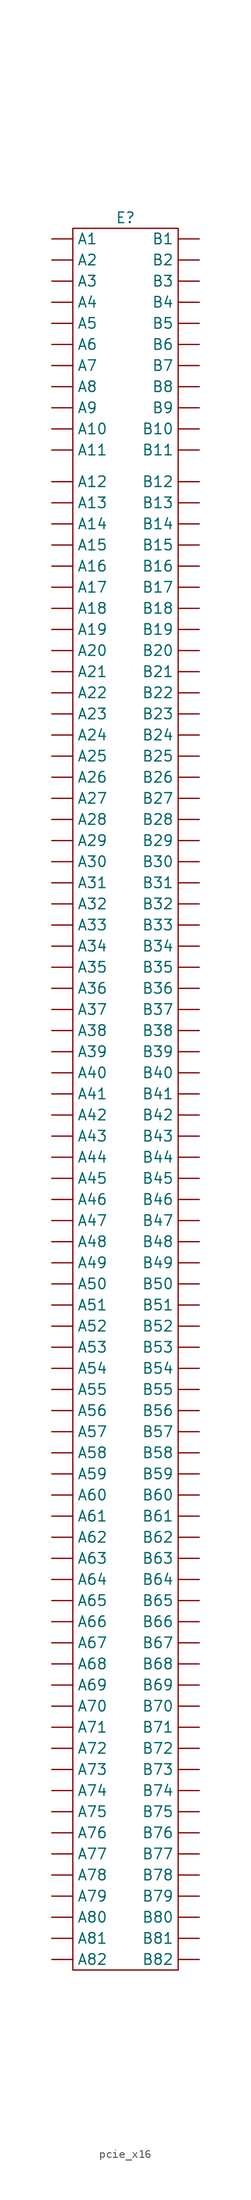
<source format=kicad_sym>
(kicad_symbol_lib
  (version 20231120)
  (generator "kicad_symbol_editor")
  (generator_version "8.0")
  (symbol "pcie_x16"
    (property "Reference" "E"
      (at 3.81 0 0)
      (effects (font (size 1.27 1.27))))
    (property "Value" ""
      (at 0 0 0)
      (effects (font (size 1.27 1.27))))
    (symbol "pcie_x16_0_1"
      (rectangle (start -2.54 -1.27) (end 10.16 -210.82) (stroke (width 0) (type default)) (fill (type none))))
    (symbol "pcie_x16_1_1"
      (pin input line (at -5.08 -2.54 0) (length 2.54) (name "A1" (effects (font (size 1.27 1.27)))) (number "" (effects (font (size 1.27 1.27)))))
      (pin input line (at -5.08 -25.4 0) (length 2.54) (name "A10" (effects (font (size 1.27 1.27)))) (number "" (effects (font (size 1.27 1.27)))))
      (pin input line (at -5.08 -27.94 0) (length 2.54) (name "A11" (effects (font (size 1.27 1.27)))) (number "" (effects (font (size 1.27 1.27)))))
      (pin input line (at -5.08 -31.75 0) (length 2.54) (name "A12" (effects (font (size 1.27 1.27)))) (number "" (effects (font (size 1.27 1.27)))))
      (pin input line (at -5.08 -34.29 0) (length 2.54) (name "A13" (effects (font (size 1.27 1.27)))) (number "" (effects (font (size 1.27 1.27)))))
      (pin input line (at -5.08 -36.83 0) (length 2.54) (name "A14" (effects (font (size 1.27 1.27)))) (number "" (effects (font (size 1.27 1.27)))))
      (pin input line (at -5.08 -39.37 0) (length 2.54) (name "A15" (effects (font (size 1.27 1.27)))) (number "" (effects (font (size 1.27 1.27)))))
      (pin input line (at -5.08 -41.91 0) (length 2.54) (name "A16" (effects (font (size 1.27 1.27)))) (number "" (effects (font (size 1.27 1.27)))))
      (pin input line (at -5.08 -44.45 0) (length 2.54) (name "A17" (effects (font (size 1.27 1.27)))) (number "" (effects (font (size 1.27 1.27)))))
      (pin input line (at -5.08 -46.99 0) (length 2.54) (name "A18" (effects (font (size 1.27 1.27)))) (number "" (effects (font (size 1.27 1.27)))))
      (pin input line (at -5.08 -49.53 0) (length 2.54) (name "A19" (effects (font (size 1.27 1.27)))) (number "" (effects (font (size 1.27 1.27)))))
      (pin input line (at -5.08 -5.08 0) (length 2.54) (name "A2" (effects (font (size 1.27 1.27)))) (number "" (effects (font (size 1.27 1.27)))))
      (pin input line (at -5.08 -52.07 0) (length 2.54) (name "A20" (effects (font (size 1.27 1.27)))) (number "" (effects (font (size 1.27 1.27)))))
      (pin input line (at -5.08 -54.61 0) (length 2.54) (name "A21" (effects (font (size 1.27 1.27)))) (number "" (effects (font (size 1.27 1.27)))))
      (pin input line (at -5.08 -57.15 0) (length 2.54) (name "A22" (effects (font (size 1.27 1.27)))) (number "" (effects (font (size 1.27 1.27)))))
      (pin input line (at -5.08 -59.69 0) (length 2.54) (name "A23" (effects (font (size 1.27 1.27)))) (number "" (effects (font (size 1.27 1.27)))))
      (pin input line (at -5.08 -62.23 0) (length 2.54) (name "A24" (effects (font (size 1.27 1.27)))) (number "" (effects (font (size 1.27 1.27)))))
      (pin input line (at -5.08 -64.77 0) (length 2.54) (name "A25" (effects (font (size 1.27 1.27)))) (number "" (effects (font (size 1.27 1.27)))))
      (pin input line (at -5.08 -67.31 0) (length 2.54) (name "A26" (effects (font (size 1.27 1.27)))) (number "" (effects (font (size 1.27 1.27)))))
      (pin input line (at -5.08 -69.85 0) (length 2.54) (name "A27" (effects (font (size 1.27 1.27)))) (number "" (effects (font (size 1.27 1.27)))))
      (pin input line (at -5.08 -72.39 0) (length 2.54) (name "A28" (effects (font (size 1.27 1.27)))) (number "" (effects (font (size 1.27 1.27)))))
      (pin input line (at -5.08 -74.93 0) (length 2.54) (name "A29" (effects (font (size 1.27 1.27)))) (number "" (effects (font (size 1.27 1.27)))))
      (pin input line (at -5.08 -7.62 0) (length 2.54) (name "A3" (effects (font (size 1.27 1.27)))) (number "" (effects (font (size 1.27 1.27)))))
      (pin input line (at -5.08 -77.47 0) (length 2.54) (name "A30" (effects (font (size 1.27 1.27)))) (number "" (effects (font (size 1.27 1.27)))))
      (pin input line (at -5.08 -80.01 0) (length 2.54) (name "A31" (effects (font (size 1.27 1.27)))) (number "" (effects (font (size 1.27 1.27)))))
      (pin input line (at -5.08 -82.55 0) (length 2.54) (name "A32" (effects (font (size 1.27 1.27)))) (number "" (effects (font (size 1.27 1.27)))))
      (pin input line (at -5.08 -85.09 0) (length 2.54) (name "A33" (effects (font (size 1.27 1.27)))) (number "" (effects (font (size 1.27 1.27)))))
      (pin input line (at -5.08 -87.63 0) (length 2.54) (name "A34" (effects (font (size 1.27 1.27)))) (number "" (effects (font (size 1.27 1.27)))))
      (pin input line (at -5.08 -90.17 0) (length 2.54) (name "A35" (effects (font (size 1.27 1.27)))) (number "" (effects (font (size 1.27 1.27)))))
      (pin input line (at -5.08 -92.71 0) (length 2.54) (name "A36" (effects (font (size 1.27 1.27)))) (number "" (effects (font (size 1.27 1.27)))))
      (pin input line (at -5.08 -95.25 0) (length 2.54) (name "A37" (effects (font (size 1.27 1.27)))) (number "" (effects (font (size 1.27 1.27)))))
      (pin input line (at -5.08 -97.79 0) (length 2.54) (name "A38" (effects (font (size 1.27 1.27)))) (number "" (effects (font (size 1.27 1.27)))))
      (pin input line (at -5.08 -100.33 0) (length 2.54) (name "A39" (effects (font (size 1.27 1.27)))) (number "" (effects (font (size 1.27 1.27)))))
      (pin input line (at -5.08 -10.16 0) (length 2.54) (name "A4" (effects (font (size 1.27 1.27)))) (number "" (effects (font (size 1.27 1.27)))))
      (pin input line (at -5.08 -102.87 0) (length 2.54) (name "A40" (effects (font (size 1.27 1.27)))) (number "" (effects (font (size 1.27 1.27)))))
      (pin input line (at -5.08 -105.41 0) (length 2.54) (name "A41" (effects (font (size 1.27 1.27)))) (number "" (effects (font (size 1.27 1.27)))))
      (pin input line (at -5.08 -107.95 0) (length 2.54) (name "A42" (effects (font (size 1.27 1.27)))) (number "" (effects (font (size 1.27 1.27)))))
      (pin input line (at -5.08 -110.49 0) (length 2.54) (name "A43" (effects (font (size 1.27 1.27)))) (number "" (effects (font (size 1.27 1.27)))))
      (pin input line (at -5.08 -113.03 0) (length 2.54) (name "A44" (effects (font (size 1.27 1.27)))) (number "" (effects (font (size 1.27 1.27)))))
      (pin input line (at -5.08 -115.57 0) (length 2.54) (name "A45" (effects (font (size 1.27 1.27)))) (number "" (effects (font (size 1.27 1.27)))))
      (pin input line (at -5.08 -118.11 0) (length 2.54) (name "A46" (effects (font (size 1.27 1.27)))) (number "" (effects (font (size 1.27 1.27)))))
      (pin input line (at -5.08 -120.65 0) (length 2.54) (name "A47" (effects (font (size 1.27 1.27)))) (number "" (effects (font (size 1.27 1.27)))))
      (pin input line (at -5.08 -123.19 0) (length 2.54) (name "A48" (effects (font (size 1.27 1.27)))) (number "" (effects (font (size 1.27 1.27)))))
      (pin input line (at -5.08 -125.73 0) (length 2.54) (name "A49" (effects (font (size 1.27 1.27)))) (number "" (effects (font (size 1.27 1.27)))))
      (pin input line (at -5.08 -12.7 0) (length 2.54) (name "A5" (effects (font (size 1.27 1.27)))) (number "" (effects (font (size 1.27 1.27)))))
      (pin input line (at -5.08 -128.27 0) (length 2.54) (name "A50" (effects (font (size 1.27 1.27)))) (number "" (effects (font (size 1.27 1.27)))))
      (pin input line (at -5.08 -130.81 0) (length 2.54) (name "A51" (effects (font (size 1.27 1.27)))) (number "" (effects (font (size 1.27 1.27)))))
      (pin input line (at -5.08 -133.35 0) (length 2.54) (name "A52" (effects (font (size 1.27 1.27)))) (number "" (effects (font (size 1.27 1.27)))))
      (pin input line (at -5.08 -135.89 0) (length 2.54) (name "A53" (effects (font (size 1.27 1.27)))) (number "" (effects (font (size 1.27 1.27)))))
      (pin input line (at -5.08 -138.43 0) (length 2.54) (name "A54" (effects (font (size 1.27 1.27)))) (number "" (effects (font (size 1.27 1.27)))))
      (pin input line (at -5.08 -140.97 0) (length 2.54) (name "A55" (effects (font (size 1.27 1.27)))) (number "" (effects (font (size 1.27 1.27)))))
      (pin input line (at -5.08 -143.51 0) (length 2.54) (name "A56" (effects (font (size 1.27 1.27)))) (number "" (effects (font (size 1.27 1.27)))))
      (pin input line (at -5.08 -146.05 0) (length 2.54) (name "A57" (effects (font (size 1.27 1.27)))) (number "" (effects (font (size 1.27 1.27)))))
      (pin input line (at -5.08 -148.59 0) (length 2.54) (name "A58" (effects (font (size 1.27 1.27)))) (number "" (effects (font (size 1.27 1.27)))))
      (pin input line (at -5.08 -151.13 0) (length 2.54) (name "A59" (effects (font (size 1.27 1.27)))) (number "" (effects (font (size 1.27 1.27)))))
      (pin input line (at -5.08 -15.24 0) (length 2.54) (name "A6" (effects (font (size 1.27 1.27)))) (number "" (effects (font (size 1.27 1.27)))))
      (pin input line (at -5.08 -153.67 0) (length 2.54) (name "A60" (effects (font (size 1.27 1.27)))) (number "" (effects (font (size 1.27 1.27)))))
      (pin input line (at -5.08 -156.21 0) (length 2.54) (name "A61" (effects (font (size 1.27 1.27)))) (number "" (effects (font (size 1.27 1.27)))))
      (pin input line (at -5.08 -158.75 0) (length 2.54) (name "A62" (effects (font (size 1.27 1.27)))) (number "" (effects (font (size 1.27 1.27)))))
      (pin input line (at -5.08 -161.29 0) (length 2.54) (name "A63" (effects (font (size 1.27 1.27)))) (number "" (effects (font (size 1.27 1.27)))))
      (pin input line (at -5.08 -163.83 0) (length 2.54) (name "A64" (effects (font (size 1.27 1.27)))) (number "" (effects (font (size 1.27 1.27)))))
      (pin input line (at -5.08 -166.37 0) (length 2.54) (name "A65" (effects (font (size 1.27 1.27)))) (number "" (effects (font (size 1.27 1.27)))))
      (pin input line (at -5.08 -168.91 0) (length 2.54) (name "A66" (effects (font (size 1.27 1.27)))) (number "" (effects (font (size 1.27 1.27)))))
      (pin input line (at -5.08 -171.45 0) (length 2.54) (name "A67" (effects (font (size 1.27 1.27)))) (number "" (effects (font (size 1.27 1.27)))))
      (pin input line (at -5.08 -173.99 0) (length 2.54) (name "A68" (effects (font (size 1.27 1.27)))) (number "" (effects (font (size 1.27 1.27)))))
      (pin input line (at -5.08 -176.53 0) (length 2.54) (name "A69" (effects (font (size 1.27 1.27)))) (number "" (effects (font (size 1.27 1.27)))))
      (pin input line (at -5.08 -17.78 0) (length 2.54) (name "A7" (effects (font (size 1.27 1.27)))) (number "" (effects (font (size 1.27 1.27)))))
      (pin input line (at -5.08 -179.07 0) (length 2.54) (name "A70" (effects (font (size 1.27 1.27)))) (number "" (effects (font (size 1.27 1.27)))))
      (pin input line (at -5.08 -181.61 0) (length 2.54) (name "A71" (effects (font (size 1.27 1.27)))) (number "" (effects (font (size 1.27 1.27)))))
      (pin input line (at -5.08 -184.15 0) (length 2.54) (name "A72" (effects (font (size 1.27 1.27)))) (number "" (effects (font (size 1.27 1.27)))))
      (pin input line (at -5.08 -186.69 0) (length 2.54) (name "A73" (effects (font (size 1.27 1.27)))) (number "" (effects (font (size 1.27 1.27)))))
      (pin input line (at -5.08 -189.23 0) (length 2.54) (name "A74" (effects (font (size 1.27 1.27)))) (number "" (effects (font (size 1.27 1.27)))))
      (pin input line (at -5.08 -191.77 0) (length 2.54) (name "A75" (effects (font (size 1.27 1.27)))) (number "" (effects (font (size 1.27 1.27)))))
      (pin input line (at -5.08 -194.31 0) (length 2.54) (name "A76" (effects (font (size 1.27 1.27)))) (number "" (effects (font (size 1.27 1.27)))))
      (pin input line (at -5.08 -196.85 0) (length 2.54) (name "A77" (effects (font (size 1.27 1.27)))) (number "" (effects (font (size 1.27 1.27)))))
      (pin input line (at -5.08 -199.39 0) (length 2.54) (name "A78" (effects (font (size 1.27 1.27)))) (number "" (effects (font (size 1.27 1.27)))))
      (pin input line (at -5.08 -201.93 0) (length 2.54) (name "A79" (effects (font (size 1.27 1.27)))) (number "" (effects (font (size 1.27 1.27)))))
      (pin input line (at -5.08 -20.32 0) (length 2.54) (name "A8" (effects (font (size 1.27 1.27)))) (number "" (effects (font (size 1.27 1.27)))))
      (pin input line (at -5.08 -204.47 0) (length 2.54) (name "A80" (effects (font (size 1.27 1.27)))) (number "" (effects (font (size 1.27 1.27)))))
      (pin input line (at -5.08 -207.01 0) (length 2.54) (name "A81" (effects (font (size 1.27 1.27)))) (number "" (effects (font (size 1.27 1.27)))))
      (pin input line (at -5.08 -209.55 0) (length 2.54) (name "A82" (effects (font (size 1.27 1.27)))) (number "" (effects (font (size 1.27 1.27)))))
      (pin input line (at -5.08 -22.86 0) (length 2.54) (name "A9" (effects (font (size 1.27 1.27)))) (number "" (effects (font (size 1.27 1.27)))))
      (pin input line (at 12.7 -2.54 180) (length 2.54) (name "B1" (effects (font (size 1.27 1.27)))) (number "" (effects (font (size 1.27 1.27)))))
      (pin input line (at 12.7 -25.4 180) (length 2.54) (name "B10" (effects (font (size 1.27 1.27)))) (number "" (effects (font (size 1.27 1.27)))))
      (pin input line (at 12.7 -27.94 180) (length 2.54) (name "B11" (effects (font (size 1.27 1.27)))) (number "" (effects (font (size 1.27 1.27)))))
      (pin input line (at 12.7 -31.75 180) (length 2.54) (name "B12" (effects (font (size 1.27 1.27)))) (number "" (effects (font (size 1.27 1.27)))))
      (pin input line (at 12.7 -34.29 180) (length 2.54) (name "B13" (effects (font (size 1.27 1.27)))) (number "" (effects (font (size 1.27 1.27)))))
      (pin input line (at 12.7 -36.83 180) (length 2.54) (name "B14" (effects (font (size 1.27 1.27)))) (number "" (effects (font (size 1.27 1.27)))))
      (pin input line (at 12.7 -39.37 180) (length 2.54) (name "B15" (effects (font (size 1.27 1.27)))) (number "" (effects (font (size 1.27 1.27)))))
      (pin input line (at 12.7 -41.91 180) (length 2.54) (name "B16" (effects (font (size 1.27 1.27)))) (number "" (effects (font (size 1.27 1.27)))))
      (pin input line (at 12.7 -44.45 180) (length 2.54) (name "B17" (effects (font (size 1.27 1.27)))) (number "" (effects (font (size 1.27 1.27)))))
      (pin input line (at 12.7 -46.99 180) (length 2.54) (name "B18" (effects (font (size 1.27 1.27)))) (number "" (effects (font (size 1.27 1.27)))))
      (pin input line (at 12.7 -49.53 180) (length 2.54) (name "B19" (effects (font (size 1.27 1.27)))) (number "" (effects (font (size 1.27 1.27)))))
      (pin input line (at 12.7 -5.08 180) (length 2.54) (name "B2" (effects (font (size 1.27 1.27)))) (number "" (effects (font (size 1.27 1.27)))))
      (pin input line (at 12.7 -52.07 180) (length 2.54) (name "B20" (effects (font (size 1.27 1.27)))) (number "" (effects (font (size 1.27 1.27)))))
      (pin input line (at 12.7 -54.61 180) (length 2.54) (name "B21" (effects (font (size 1.27 1.27)))) (number "" (effects (font (size 1.27 1.27)))))
      (pin input line (at 12.7 -57.15 180) (length 2.54) (name "B22" (effects (font (size 1.27 1.27)))) (number "" (effects (font (size 1.27 1.27)))))
      (pin input line (at 12.7 -59.69 180) (length 2.54) (name "B23" (effects (font (size 1.27 1.27)))) (number "" (effects (font (size 1.27 1.27)))))
      (pin input line (at 12.7 -62.23 180) (length 2.54) (name "B24" (effects (font (size 1.27 1.27)))) (number "" (effects (font (size 1.27 1.27)))))
      (pin input line (at 12.7 -64.77 180) (length 2.54) (name "B25" (effects (font (size 1.27 1.27)))) (number "" (effects (font (size 1.27 1.27)))))
      (pin input line (at 12.7 -67.31 180) (length 2.54) (name "B26" (effects (font (size 1.27 1.27)))) (number "" (effects (font (size 1.27 1.27)))))
      (pin input line (at 12.7 -69.85 180) (length 2.54) (name "B27" (effects (font (size 1.27 1.27)))) (number "" (effects (font (size 1.27 1.27)))))
      (pin input line (at 12.7 -72.39 180) (length 2.54) (name "B28" (effects (font (size 1.27 1.27)))) (number "" (effects (font (size 1.27 1.27)))))
      (pin input line (at 12.7 -74.93 180) (length 2.54) (name "B29" (effects (font (size 1.27 1.27)))) (number "" (effects (font (size 1.27 1.27)))))
      (pin input line (at 12.7 -7.62 180) (length 2.54) (name "B3" (effects (font (size 1.27 1.27)))) (number "" (effects (font (size 1.27 1.27)))))
      (pin input line (at 12.7 -77.47 180) (length 2.54) (name "B30" (effects (font (size 1.27 1.27)))) (number "" (effects (font (size 1.27 1.27)))))
      (pin input line (at 12.7 -80.01 180) (length 2.54) (name "B31" (effects (font (size 1.27 1.27)))) (number "" (effects (font (size 1.27 1.27)))))
      (pin input line (at 12.7 -82.55 180) (length 2.54) (name "B32" (effects (font (size 1.27 1.27)))) (number "" (effects (font (size 1.27 1.27)))))
      (pin input line (at 12.7 -85.09 180) (length 2.54) (name "B33" (effects (font (size 1.27 1.27)))) (number "" (effects (font (size 1.27 1.27)))))
      (pin input line (at 12.7 -87.63 180) (length 2.54) (name "B34" (effects (font (size 1.27 1.27)))) (number "" (effects (font (size 1.27 1.27)))))
      (pin input line (at 12.7 -90.17 180) (length 2.54) (name "B35" (effects (font (size 1.27 1.27)))) (number "" (effects (font (size 1.27 1.27)))))
      (pin input line (at 12.7 -92.71 180) (length 2.54) (name "B36" (effects (font (size 1.27 1.27)))) (number "" (effects (font (size 1.27 1.27)))))
      (pin input line (at 12.7 -95.25 180) (length 2.54) (name "B37" (effects (font (size 1.27 1.27)))) (number "" (effects (font (size 1.27 1.27)))))
      (pin input line (at 12.7 -97.79 180) (length 2.54) (name "B38" (effects (font (size 1.27 1.27)))) (number "" (effects (font (size 1.27 1.27)))))
      (pin input line (at 12.7 -100.33 180) (length 2.54) (name "B39" (effects (font (size 1.27 1.27)))) (number "" (effects (font (size 1.27 1.27)))))
      (pin input line (at 12.7 -10.16 180) (length 2.54) (name "B4" (effects (font (size 1.27 1.27)))) (number "" (effects (font (size 1.27 1.27)))))
      (pin input line (at 12.7 -102.87 180) (length 2.54) (name "B40" (effects (font (size 1.27 1.27)))) (number "" (effects (font (size 1.27 1.27)))))
      (pin input line (at 12.7 -105.41 180) (length 2.54) (name "B41" (effects (font (size 1.27 1.27)))) (number "" (effects (font (size 1.27 1.27)))))
      (pin input line (at 12.7 -107.95 180) (length 2.54) (name "B42" (effects (font (size 1.27 1.27)))) (number "" (effects (font (size 1.27 1.27)))))
      (pin input line (at 12.7 -110.49 180) (length 2.54) (name "B43" (effects (font (size 1.27 1.27)))) (number "" (effects (font (size 1.27 1.27)))))
      (pin input line (at 12.7 -113.03 180) (length 2.54) (name "B44" (effects (font (size 1.27 1.27)))) (number "" (effects (font (size 1.27 1.27)))))
      (pin input line (at 12.7 -115.57 180) (length 2.54) (name "B45" (effects (font (size 1.27 1.27)))) (number "" (effects (font (size 1.27 1.27)))))
      (pin input line (at 12.7 -118.11 180) (length 2.54) (name "B46" (effects (font (size 1.27 1.27)))) (number "" (effects (font (size 1.27 1.27)))))
      (pin input line (at 12.7 -120.65 180) (length 2.54) (name "B47" (effects (font (size 1.27 1.27)))) (number "" (effects (font (size 1.27 1.27)))))
      (pin input line (at 12.7 -123.19 180) (length 2.54) (name "B48" (effects (font (size 1.27 1.27)))) (number "" (effects (font (size 1.27 1.27)))))
      (pin input line (at 12.7 -125.73 180) (length 2.54) (name "B49" (effects (font (size 1.27 1.27)))) (number "" (effects (font (size 1.27 1.27)))))
      (pin input line (at 12.7 -12.7 180) (length 2.54) (name "B5" (effects (font (size 1.27 1.27)))) (number "" (effects (font (size 1.27 1.27)))))
      (pin input line (at 12.7 -128.27 180) (length 2.54) (name "B50" (effects (font (size 1.27 1.27)))) (number "" (effects (font (size 1.27 1.27)))))
      (pin input line (at 12.7 -130.81 180) (length 2.54) (name "B51" (effects (font (size 1.27 1.27)))) (number "" (effects (font (size 1.27 1.27)))))
      (pin input line (at 12.7 -133.35 180) (length 2.54) (name "B52" (effects (font (size 1.27 1.27)))) (number "" (effects (font (size 1.27 1.27)))))
      (pin input line (at 12.7 -135.89 180) (length 2.54) (name "B53" (effects (font (size 1.27 1.27)))) (number "" (effects (font (size 1.27 1.27)))))
      (pin input line (at 12.7 -138.43 180) (length 2.54) (name "B54" (effects (font (size 1.27 1.27)))) (number "" (effects (font (size 1.27 1.27)))))
      (pin input line (at 12.7 -140.97 180) (length 2.54) (name "B55" (effects (font (size 1.27 1.27)))) (number "" (effects (font (size 1.27 1.27)))))
      (pin input line (at 12.7 -143.51 180) (length 2.54) (name "B56" (effects (font (size 1.27 1.27)))) (number "" (effects (font (size 1.27 1.27)))))
      (pin input line (at 12.7 -146.05 180) (length 2.54) (name "B57" (effects (font (size 1.27 1.27)))) (number "" (effects (font (size 1.27 1.27)))))
      (pin input line (at 12.7 -148.59 180) (length 2.54) (name "B58" (effects (font (size 1.27 1.27)))) (number "" (effects (font (size 1.27 1.27)))))
      (pin input line (at 12.7 -151.13 180) (length 2.54) (name "B59" (effects (font (size 1.27 1.27)))) (number "" (effects (font (size 1.27 1.27)))))
      (pin input line (at 12.7 -15.24 180) (length 2.54) (name "B6" (effects (font (size 1.27 1.27)))) (number "" (effects (font (size 1.27 1.27)))))
      (pin input line (at 12.7 -153.67 180) (length 2.54) (name "B60" (effects (font (size 1.27 1.27)))) (number "" (effects (font (size 1.27 1.27)))))
      (pin input line (at 12.7 -156.21 180) (length 2.54) (name "B61" (effects (font (size 1.27 1.27)))) (number "" (effects (font (size 1.27 1.27)))))
      (pin input line (at 12.7 -158.75 180) (length 2.54) (name "B62" (effects (font (size 1.27 1.27)))) (number "" (effects (font (size 1.27 1.27)))))
      (pin input line (at 12.7 -161.29 180) (length 2.54) (name "B63" (effects (font (size 1.27 1.27)))) (number "" (effects (font (size 1.27 1.27)))))
      (pin input line (at 12.7 -163.83 180) (length 2.54) (name "B64" (effects (font (size 1.27 1.27)))) (number "" (effects (font (size 1.27 1.27)))))
      (pin input line (at 12.7 -166.37 180) (length 2.54) (name "B65" (effects (font (size 1.27 1.27)))) (number "" (effects (font (size 1.27 1.27)))))
      (pin input line (at 12.7 -168.91 180) (length 2.54) (name "B66" (effects (font (size 1.27 1.27)))) (number "" (effects (font (size 1.27 1.27)))))
      (pin input line (at 12.7 -171.45 180) (length 2.54) (name "B67" (effects (font (size 1.27 1.27)))) (number "" (effects (font (size 1.27 1.27)))))
      (pin input line (at 12.7 -173.99 180) (length 2.54) (name "B68" (effects (font (size 1.27 1.27)))) (number "" (effects (font (size 1.27 1.27)))))
      (pin input line (at 12.7 -176.53 180) (length 2.54) (name "B69" (effects (font (size 1.27 1.27)))) (number "" (effects (font (size 1.27 1.27)))))
      (pin input line (at 12.7 -17.78 180) (length 2.54) (name "B7" (effects (font (size 1.27 1.27)))) (number "" (effects (font (size 1.27 1.27)))))
      (pin input line (at 12.7 -179.07 180) (length 2.54) (name "B70" (effects (font (size 1.27 1.27)))) (number "" (effects (font (size 1.27 1.27)))))
      (pin input line (at 12.7 -181.61 180) (length 2.54) (name "B71" (effects (font (size 1.27 1.27)))) (number "" (effects (font (size 1.27 1.27)))))
      (pin input line (at 12.7 -184.15 180) (length 2.54) (name "B72" (effects (font (size 1.27 1.27)))) (number "" (effects (font (size 1.27 1.27)))))
      (pin input line (at 12.7 -186.69 180) (length 2.54) (name "B73" (effects (font (size 1.27 1.27)))) (number "" (effects (font (size 1.27 1.27)))))
      (pin input line (at 12.7 -189.23 180) (length 2.54) (name "B74" (effects (font (size 1.27 1.27)))) (number "" (effects (font (size 1.27 1.27)))))
      (pin input line (at 12.7 -191.77 180) (length 2.54) (name "B75" (effects (font (size 1.27 1.27)))) (number "" (effects (font (size 1.27 1.27)))))
      (pin input line (at 12.7 -194.31 180) (length 2.54) (name "B76" (effects (font (size 1.27 1.27)))) (number "" (effects (font (size 1.27 1.27)))))
      (pin input line (at 12.7 -196.85 180) (length 2.54) (name "B77" (effects (font (size 1.27 1.27)))) (number "" (effects (font (size 1.27 1.27)))))
      (pin input line (at 12.7 -199.39 180) (length 2.54) (name "B78" (effects (font (size 1.27 1.27)))) (number "" (effects (font (size 1.27 1.27)))))
      (pin input line (at 12.7 -201.93 180) (length 2.54) (name "B79" (effects (font (size 1.27 1.27)))) (number "" (effects (font (size 1.27 1.27)))))
      (pin input line (at 12.7 -20.32 180) (length 2.54) (name "B8" (effects (font (size 1.27 1.27)))) (number "" (effects (font (size 1.27 1.27)))))
      (pin input line (at 12.7 -204.47 180) (length 2.54) (name "B80" (effects (font (size 1.27 1.27)))) (number "" (effects (font (size 1.27 1.27)))))
      (pin input line (at 12.7 -207.01 180) (length 2.54) (name "B81" (effects (font (size 1.27 1.27)))) (number "" (effects (font (size 1.27 1.27)))))
      (pin input line (at 12.7 -209.55 180) (length 2.54) (name "B82" (effects (font (size 1.27 1.27)))) (number "" (effects (font (size 1.27 1.27)))))
      (pin input line (at 12.7 -22.86 180) (length 2.54) (name "B9" (effects (font (size 1.27 1.27)))) (number "" (effects (font (size 1.27 1.27))))))))
</source>
